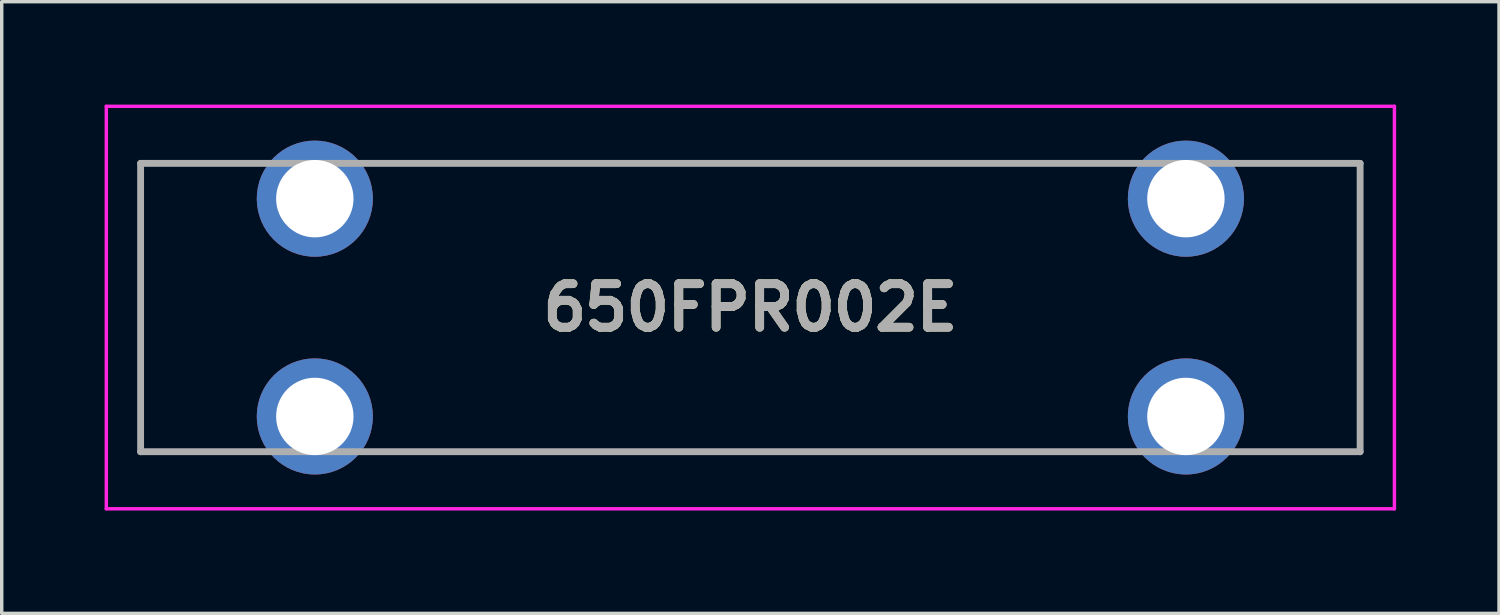
<source format=kicad_pcb>
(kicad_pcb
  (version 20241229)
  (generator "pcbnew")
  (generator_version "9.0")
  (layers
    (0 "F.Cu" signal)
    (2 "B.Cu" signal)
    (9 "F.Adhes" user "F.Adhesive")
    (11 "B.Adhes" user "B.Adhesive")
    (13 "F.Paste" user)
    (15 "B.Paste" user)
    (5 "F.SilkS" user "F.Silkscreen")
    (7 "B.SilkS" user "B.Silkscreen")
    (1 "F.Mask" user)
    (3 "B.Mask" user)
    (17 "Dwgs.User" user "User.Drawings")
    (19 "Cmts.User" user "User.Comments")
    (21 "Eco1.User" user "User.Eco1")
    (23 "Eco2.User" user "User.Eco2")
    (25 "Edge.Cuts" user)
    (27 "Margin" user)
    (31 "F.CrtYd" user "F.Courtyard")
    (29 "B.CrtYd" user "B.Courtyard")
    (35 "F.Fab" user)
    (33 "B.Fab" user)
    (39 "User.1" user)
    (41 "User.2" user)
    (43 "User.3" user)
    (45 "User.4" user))
  (footprint "650FPR002E"
    (layer "F.Cu")
    (at 6.13 9.093)
    (property "Reference" "650FPR002E" (at 12.7 -3.175 0) (layer "F.SilkS") (effects (font (size 1.27 1.27) (thickness 0.254))))
    (attr through_hole)
    (fp_line (start -5.08 -7.379) (end -5.08 -7.379) (stroke (width 0.1) (type solid)) (layer "F.SilkS"))
    (fp_line (start -5.08 -7.379) (end -5.08 -7.379) (stroke (width 0.1) (type solid)) (layer "F.SilkS"))
    (fp_line (start -5.08 -7.379) (end -5.08 1.029) (stroke (width 0.1) (type solid)) (layer "F.SilkS"))
    (fp_line (start -5.08 -7.379) (end -2.05 -7.379) (stroke (width 0.1) (type solid)) (layer "F.SilkS"))
    (fp_line (start -5.08 1.029) (end -5.08 -7.379) (stroke (width 0.1) (type solid)) (layer "F.SilkS"))
    (fp_line (start -5.08 1.029) (end -5.08 1.029) (stroke (width 0.1) (type solid)) (layer "F.SilkS"))
    (fp_line (start -5.08 1.029) (end -5.08 1.029) (stroke (width 0.1) (type solid)) (layer "F.SilkS"))
    (fp_line (start -5.08 1.029) (end -2.05 1.029) (stroke (width 0.1) (type solid)) (layer "F.SilkS"))
    (fp_line (start -2.05 -7.379) (end -5.08 -7.379) (stroke (width 0.1) (type solid)) (layer "F.SilkS"))
    (fp_line (start -2.05 -7.379) (end -2.05 -7.379) (stroke (width 0.1) (type solid)) (layer "F.SilkS"))
    (fp_line (start -2.05 1.029) (end -5.08 1.029) (stroke (width 0.1) (type solid)) (layer "F.SilkS"))
    (fp_line (start -2.05 1.029) (end -2.05 1.029) (stroke (width 0.1) (type solid)) (layer "F.SilkS"))
    (fp_line (start 1.95 -7.379) (end 1.95 -7.379) (stroke (width 0.1) (type solid)) (layer "F.SilkS"))
    (fp_line (start 1.95 -7.379) (end 23.45 -7.379) (stroke (width 0.1) (type solid)) (layer "F.SilkS"))
    (fp_line (start 1.95 1.029) (end 1.95 1.029) (stroke (width 0.1) (type solid)) (layer "F.SilkS"))
    (fp_line (start 1.95 1.029) (end 23.45 1.029) (stroke (width 0.1) (type solid)) (layer "F.SilkS"))
    (fp_line (start 23.45 -7.379) (end 1.95 -7.379) (stroke (width 0.1) (type solid)) (layer "F.SilkS"))
    (fp_line (start 23.45 -7.379) (end 23.45 -7.379) (stroke (width 0.1) (type solid)) (layer "F.SilkS"))
    (fp_line (start 23.45 1.029) (end 1.95 1.029) (stroke (width 0.1) (type solid)) (layer "F.SilkS"))
    (fp_line (start 23.45 1.029) (end 23.45 1.029) (stroke (width 0.1) (type solid)) (layer "F.SilkS"))
    (fp_line (start 27.45 -7.379) (end 27.45 -7.379) (stroke (width 0.1) (type solid)) (layer "F.SilkS"))
    (fp_line (start 27.45 -7.379) (end 30.48 -7.379) (stroke (width 0.1) (type solid)) (layer "F.SilkS"))
    (fp_line (start 27.45 1.029) (end 27.45 1.029) (stroke (width 0.1) (type solid)) (layer "F.SilkS"))
    (fp_line (start 27.45 1.029) (end 30.48 1.029) (stroke (width 0.1) (type solid)) (layer "F.SilkS"))
    (fp_line (start 30.48 -7.379) (end 27.45 -7.379) (stroke (width 0.1) (type solid)) (layer "F.SilkS"))
    (fp_line (start 30.48 -7.379) (end 30.48 -7.379) (stroke (width 0.1) (type solid)) (layer "F.SilkS"))
    (fp_line (start 30.48 -7.379) (end 30.48 -7.379) (stroke (width 0.1) (type solid)) (layer "F.SilkS"))
    (fp_line (start 30.48 -7.379) (end 30.48 1.029) (stroke (width 0.1) (type solid)) (layer "F.SilkS"))
    (fp_line (start 30.48 1.029) (end 27.45 1.029) (stroke (width 0.1) (type solid)) (layer "F.SilkS"))
    (fp_line (start 30.48 1.029) (end 30.48 -7.379) (stroke (width 0.1) (type solid)) (layer "F.SilkS"))
    (fp_line (start 30.48 1.029) (end 30.48 1.029) (stroke (width 0.1) (type solid)) (layer "F.SilkS"))
    (fp_line (start 30.48 1.029) (end 30.48 1.029) (stroke (width 0.1) (type solid)) (layer "F.SilkS"))
    (fp_line (start -6.08 -9.043) (end 31.48 -9.043) (stroke (width 0.1) (type solid)) (layer "F.CrtYd"))
    (fp_line (start -6.08 2.693) (end -6.08 -9.043) (stroke (width 0.1) (type solid)) (layer "F.CrtYd"))
    (fp_line (start 31.48 -9.043) (end 31.48 2.693) (stroke (width 0.1) (type solid)) (layer "F.CrtYd"))
    (fp_line (start 31.48 2.693) (end -6.08 2.693) (stroke (width 0.1) (type solid)) (layer "F.CrtYd"))
    (fp_line (start -5.08 -7.379) (end -5.08 1.029) (stroke (width 0.2) (type solid)) (layer "F.Fab"))
    (fp_line (start -5.08 1.029) (end 30.48 1.029) (stroke (width 0.2) (type solid)) (layer "F.Fab"))
    (fp_line (start 30.48 -7.379) (end -5.08 -7.379) (stroke (width 0.2) (type solid)) (layer "F.Fab"))
    (fp_line (start 30.48 1.029) (end 30.48 -7.379) (stroke (width 0.2) (type solid)) (layer "F.Fab"))
    (fp_text user "${REFERENCE}" (at 12.7 -3.175 0) (layer "F.Fab") (effects (font (size 1.27 1.27) (thickness 0.254))))
    (pad "1" thru_hole circle (at 0 -6.35) (size 3.386 3.386) (drill 2.257) (layers "*.Cu" "*.Mask"))
    (pad "2" thru_hole circle (at 25.4 -6.35) (size 3.386 3.386) (drill 2.257) (layers "*.Cu" "*.Mask"))
    (pad "3" thru_hole circle (at 0 0) (size 3.386 3.386) (drill 2.257) (layers "*.Cu" "*.Mask"))
    (pad "4" thru_hole circle (at 25.4 0) (size 3.386 3.386) (drill 2.257) (layers "*.Cu" "*.Mask")))
  (gr_rect
    (start -3 -3)
    (end 40.66 14.836)
    (stroke (width 0.1) (type default))
    (fill no)
    (layer "Edge.Cuts")))
</source>
